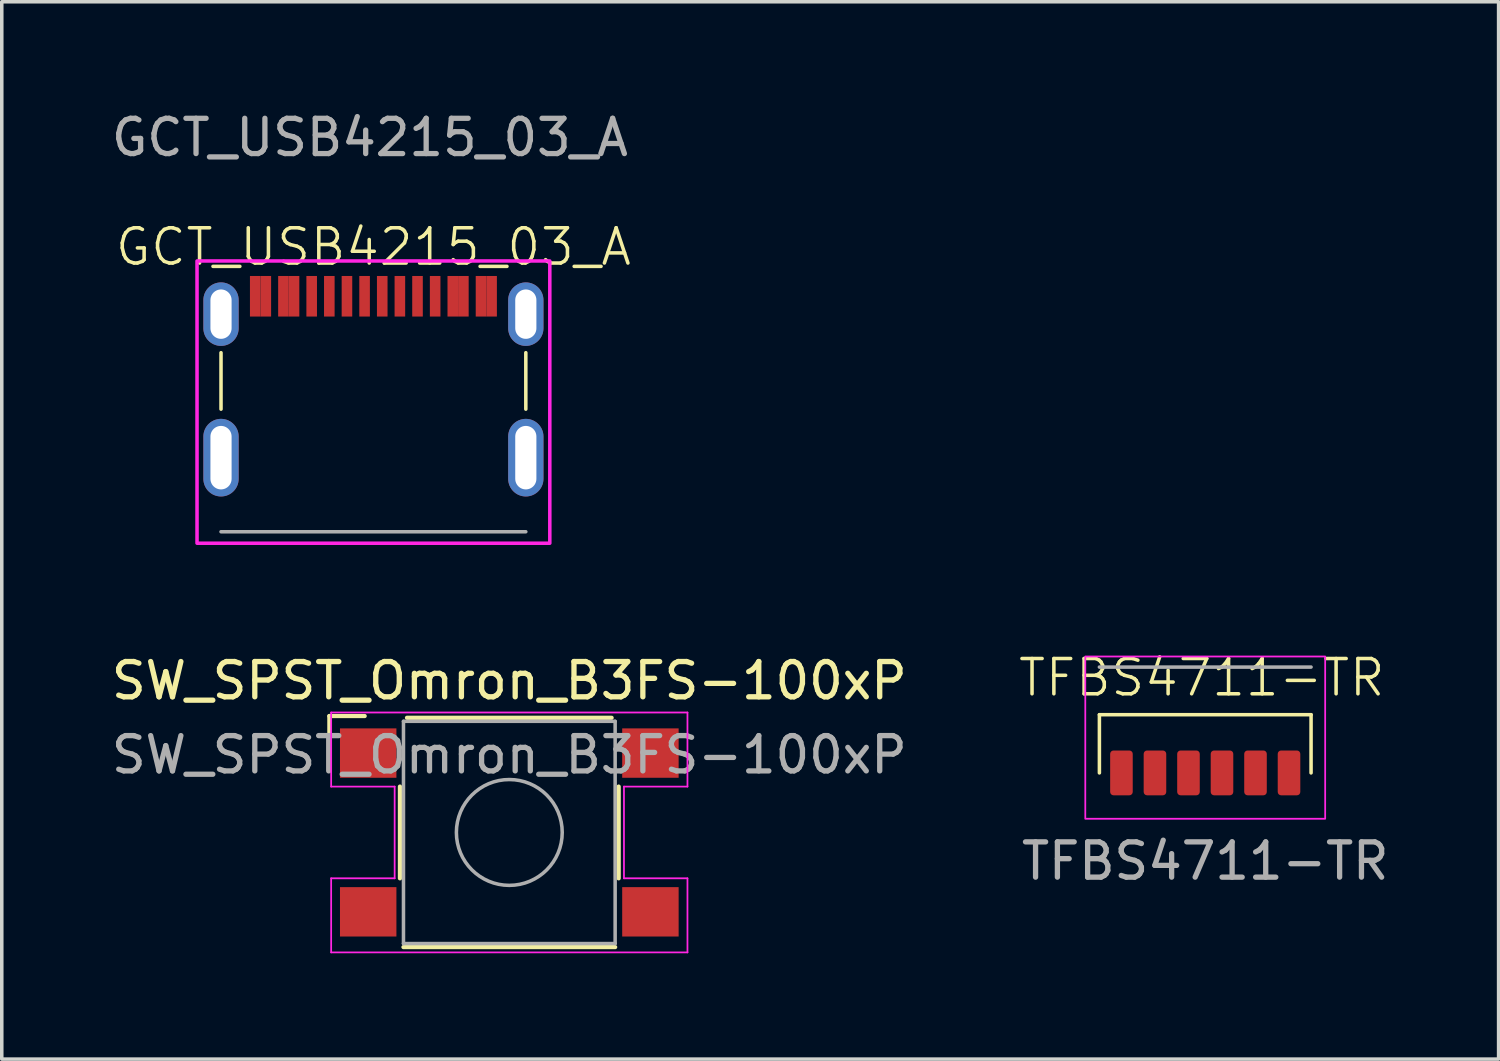
<source format=kicad_pcb>
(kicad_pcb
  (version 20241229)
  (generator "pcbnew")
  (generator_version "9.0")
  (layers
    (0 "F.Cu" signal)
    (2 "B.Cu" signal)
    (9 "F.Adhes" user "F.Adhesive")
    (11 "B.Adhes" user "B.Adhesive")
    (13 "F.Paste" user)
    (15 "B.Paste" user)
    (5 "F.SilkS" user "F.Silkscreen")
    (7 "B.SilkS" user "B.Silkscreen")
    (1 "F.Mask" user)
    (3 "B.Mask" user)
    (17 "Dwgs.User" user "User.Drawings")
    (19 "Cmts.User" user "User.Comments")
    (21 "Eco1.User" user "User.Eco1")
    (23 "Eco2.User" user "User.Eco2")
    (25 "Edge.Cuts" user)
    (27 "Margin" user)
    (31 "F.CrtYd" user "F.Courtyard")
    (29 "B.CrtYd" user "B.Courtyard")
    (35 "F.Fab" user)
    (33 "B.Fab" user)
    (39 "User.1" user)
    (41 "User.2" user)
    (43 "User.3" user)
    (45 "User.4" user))
  (footprint "GCT_USB4215_03_A"
    (layer "F.Cu")
    (at 7.535 5.348)
    (property "Reference" "GCT_USB4215_03_A" (at 0 -1.4 0) (unlocked yes) (layer "F.SilkS") (effects (font (size 1 1) (thickness 0.1))))
    (attr smd)
    (fp_line (start -4.32 1.6) (end -4.32 3.2) (stroke (width 0.1) (type solid)) (layer "F.SilkS"))
    (fp_line (start 4.32 1.6) (end 4.32 3.2) (stroke (width 0.1) (type solid)) (layer "F.SilkS"))
    (fp_rect (start -5 -1) (end 5 7) (stroke (width 0.1) (type solid)) (fill no) (layer "F.CrtYd"))
    (fp_line (start -4.32 6.675) (end 4.32 6.675) (stroke (width 0.1) (type solid)) (layer "F.Fab"))
    (fp_text user "${REFERENCE}" (at -0.1 -4.5 0) (unlocked yes) (layer "F.Fab") (effects (font (size 1 1) (thickness 0.15))))
    (pad "A1" smd rect (at -3.35 0) (size 0.3 1.15) (layers "F.Cu" "F.Mask" "F.Paste"))
    (pad "A4" smd rect (at -2.55 0) (size 0.3 1.15) (layers "F.Cu" "F.Mask" "F.Paste"))
    (pad "A5" smd rect (at -1.25 0) (size 0.3 1.15) (layers "F.Cu" "F.Mask" "F.Paste"))
    (pad "A6" smd rect (at -0.25 0) (size 0.3 1.15) (layers "F.Cu" "F.Mask" "F.Paste"))
    (pad "A7" smd rect (at 0.25 0) (size 0.3 1.15) (layers "F.Cu" "F.Mask" "F.Paste"))
    (pad "A8" smd rect (at 1.25 0) (size 0.3 1.15) (layers "F.Cu" "F.Mask" "F.Paste"))
    (pad "A9" smd rect (at 2.55 0) (size 0.3 1.15) (layers "F.Cu" "F.Mask" "F.Paste"))
    (pad "A12" smd rect (at 3.35 0) (size 0.3 1.15) (layers "F.Cu" "F.Mask" "F.Paste"))
    (pad "B1" smd rect (at 3.05 0) (size 0.3 1.15) (layers "F.Cu" "F.Mask" "F.Paste"))
    (pad "B4" smd rect (at 2.25 0) (size 0.3 1.15) (layers "F.Cu" "F.Mask" "F.Paste"))
    (pad "B5" smd rect (at 1.75 0) (size 0.3 1.15) (layers "F.Cu" "F.Mask" "F.Paste"))
    (pad "B6" smd rect (at 0.75 0) (size 0.3 1.15) (layers "F.Cu" "F.Mask" "F.Paste"))
    (pad "B7" smd rect (at -0.75 0) (size 0.3 1.15) (layers "F.Cu" "F.Mask" "F.Paste"))
    (pad "B8" smd rect (at -1.75 0) (size 0.3 1.15) (layers "F.Cu" "F.Mask" "F.Paste"))
    (pad "B9" smd rect (at -2.25 0) (size 0.3 1.15) (layers "F.Cu" "F.Mask" "F.Paste"))
    (pad "B12" smd rect (at -3.05 0) (size 0.3 1.15) (layers "F.Cu" "F.Mask" "F.Paste"))
    (pad "S1" thru_hole oval (at -4.32 0.507) (size 1 1.8) (drill oval 0.6 1.4) (layers "*.Cu" "*.Mask"))
    (pad "S1" thru_hole oval (at -4.32 4.575) (size 1 2.2) (drill oval 0.6 1.8) (layers "*.Cu" "*.Mask"))
    (pad "S1" thru_hole oval (at 4.32 0.507) (size 1 1.8) (drill oval 0.6 1.4) (layers "*.Cu" "*.Mask"))
    (pad "S1" thru_hole oval (at 4.32 4.575) (size 1 2.2) (drill oval 0.6 1.8) (layers "*.Cu" "*.Mask")))
  (footprint "SW_SPST_Omron_B3FS-100xP"
    (layer "F.Cu")
    (at 11.387 20.547)
    (property "Reference" "SW_SPST_Omron_B3FS-100xP" (at 0 -4.3 0) (layer "F.SilkS") (effects (font (size 1 1) (thickness 0.15))))
    (attr smd)
    (fp_line (start -5.1 -3.3) (end -4.1 -3.3) (stroke (width 0.12) (type solid)) (layer "F.SilkS"))
    (fp_line (start -5.1 -2.3) (end -5.1 -3.3) (stroke (width 0.12) (type solid)) (layer "F.SilkS"))
    (fp_line (start -3.1 -1.3) (end -3.1 1.3) (stroke (width 0.12) (type solid)) (layer "F.SilkS"))
    (fp_line (start 2.9 -3.25) (end -2.9 -3.25) (stroke (width 0.12) (type solid)) (layer "F.SilkS"))
    (fp_line (start 3 3.25) (end -3 3.25) (stroke (width 0.12) (type solid)) (layer "F.SilkS"))
    (fp_line (start 3.1 -1.3) (end 3.1 1.3) (stroke (width 0.12) (type solid)) (layer "F.SilkS"))
    (fp_line (start -5.05 -3.4) (end 5.05 -3.4) (stroke (width 0.05) (type solid)) (layer "F.CrtYd"))
    (fp_line (start -5.05 -1.3) (end -5.05 -3.4) (stroke (width 0.05) (type solid)) (layer "F.CrtYd"))
    (fp_line (start -5.05 1.3) (end -3.25 1.3) (stroke (width 0.05) (type solid)) (layer "F.CrtYd"))
    (fp_line (start -5.05 3.4) (end -5.05 1.3) (stroke (width 0.05) (type solid)) (layer "F.CrtYd"))
    (fp_line (start -3.25 -1.3) (end -5.05 -1.3) (stroke (width 0.05) (type solid)) (layer "F.CrtYd"))
    (fp_line (start -3.25 1.3) (end -3.25 -1.3) (stroke (width 0.05) (type solid)) (layer "F.CrtYd"))
    (fp_line (start 3.25 -1.3) (end 3.25 1.3) (stroke (width 0.05) (type solid)) (layer "F.CrtYd"))
    (fp_line (start 3.25 1.3) (end 5.05 1.3) (stroke (width 0.05) (type solid)) (layer "F.CrtYd"))
    (fp_line (start 5.05 -3.4) (end 5.05 -1.3) (stroke (width 0.05) (type solid)) (layer "F.CrtYd"))
    (fp_line (start 5.05 -1.3) (end 3.25 -1.3) (stroke (width 0.05) (type solid)) (layer "F.CrtYd"))
    (fp_line (start 5.05 1.3) (end 5.05 3.4) (stroke (width 0.05) (type solid)) (layer "F.CrtYd"))
    (fp_line (start 5.05 3.4) (end -5.05 3.4) (stroke (width 0.05) (type solid)) (layer "F.CrtYd"))
    (fp_line (start -3 -3.15) (end 3 -3.15) (stroke (width 0.1) (type solid)) (layer "F.Fab"))
    (fp_line (start -3 3.15) (end -3 -3.15) (stroke (width 0.1) (type solid)) (layer "F.Fab"))
    (fp_line (start 3 -3.15) (end 3 3.15) (stroke (width 0.1) (type solid)) (layer "F.Fab"))
    (fp_line (start 3 3.15) (end -3 3.15) (stroke (width 0.1) (type solid)) (layer "F.Fab"))
    (fp_circle (center 0 0) (end 1.5 0) (stroke (width 0.1) (type solid)) (fill no) (layer "F.Fab"))
    (fp_text user "${REFERENCE}" (at 0 -2.2 0) (layer "F.Fab") (effects (font (size 1 1) (thickness 0.15))))
    (pad "1" smd rect (at -4 -2.25 180) (size 1.6 1.4) (layers "F.Cu" "F.Mask" "F.Paste"))
    (pad "1" smd rect (at 4 -2.25 180) (size 1.6 1.4) (layers "F.Cu" "F.Mask" "F.Paste"))
    (pad "2" smd rect (at -4 2.25 180) (size 1.6 1.4) (layers "F.Cu" "F.Mask" "F.Paste"))
    (pad "2" smd rect (at 4 2.25 180) (size 1.6 1.4) (layers "F.Cu" "F.Mask" "F.Paste")))
  (footprint "TFBS4711-TR"
    (layer "F.Cu")
    (at 31.114 18.859)
    (property "Reference" "TFBS4711-TR" (at -0.1 -2.7 0) (unlocked yes) (layer "F.SilkS") (effects (font (size 1 1) (thickness 0.1))))
    (attr smd)
    (fp_line (start -3 0) (end -3 -1.65) (stroke (width 0.1) (type solid)) (layer "F.SilkS"))
    (fp_line (start 3 -1.65) (end -3 -1.65) (stroke (width 0.1) (type solid)) (layer "F.SilkS"))
    (fp_line (start 3 0) (end 3 -1.65) (stroke (width 0.1) (type solid)) (layer "F.SilkS"))
    (fp_rect (start -3.4 -3.3) (end 3.4 1.3) (stroke (width 0.05) (type default)) (fill no) (layer "F.CrtYd"))
    (fp_line (start 3 -3) (end -3 -3) (stroke (width 0.1) (type solid)) (layer "F.Fab"))
    (fp_text user "${REFERENCE}" (at 0 2.5 0) (unlocked yes) (layer "F.Fab") (effects (font (size 1 1) (thickness 0.15))))
    (pad "1" smd roundrect (at 2.375 0 180) (size 0.64 1.27) (layers "F.Cu" "F.Mask" "F.Paste") (roundrect_rratio 0.15))
    (pad "2" smd roundrect (at 1.425 0 180) (size 0.64 1.27) (layers "F.Cu" "F.Mask" "F.Paste") (roundrect_rratio 0.15))
    (pad "3" smd roundrect (at 0.475 0 180) (size 0.64 1.27) (layers "F.Cu" "F.Mask" "F.Paste") (roundrect_rratio 0.15))
    (pad "4" smd roundrect (at -0.475 0 180) (size 0.64 1.27) (layers "F.Cu" "F.Mask" "F.Paste") (roundrect_rratio 0.15))
    (pad "5" smd roundrect (at -1.425 0 180) (size 0.64 1.27) (layers "F.Cu" "F.Mask" "F.Paste") (roundrect_rratio 0.15))
    (pad "6" smd roundrect (at -2.375 0 180) (size 0.64 1.27) (layers "F.Cu" "F.Mask" "F.Paste") (roundrect_rratio 0.15)))
  (gr_rect
    (start -3 -3)
    (end 39.43 26.971)
    (stroke (width 0.1) (type default))
    (fill no)
    (layer "Edge.Cuts")))
</source>
